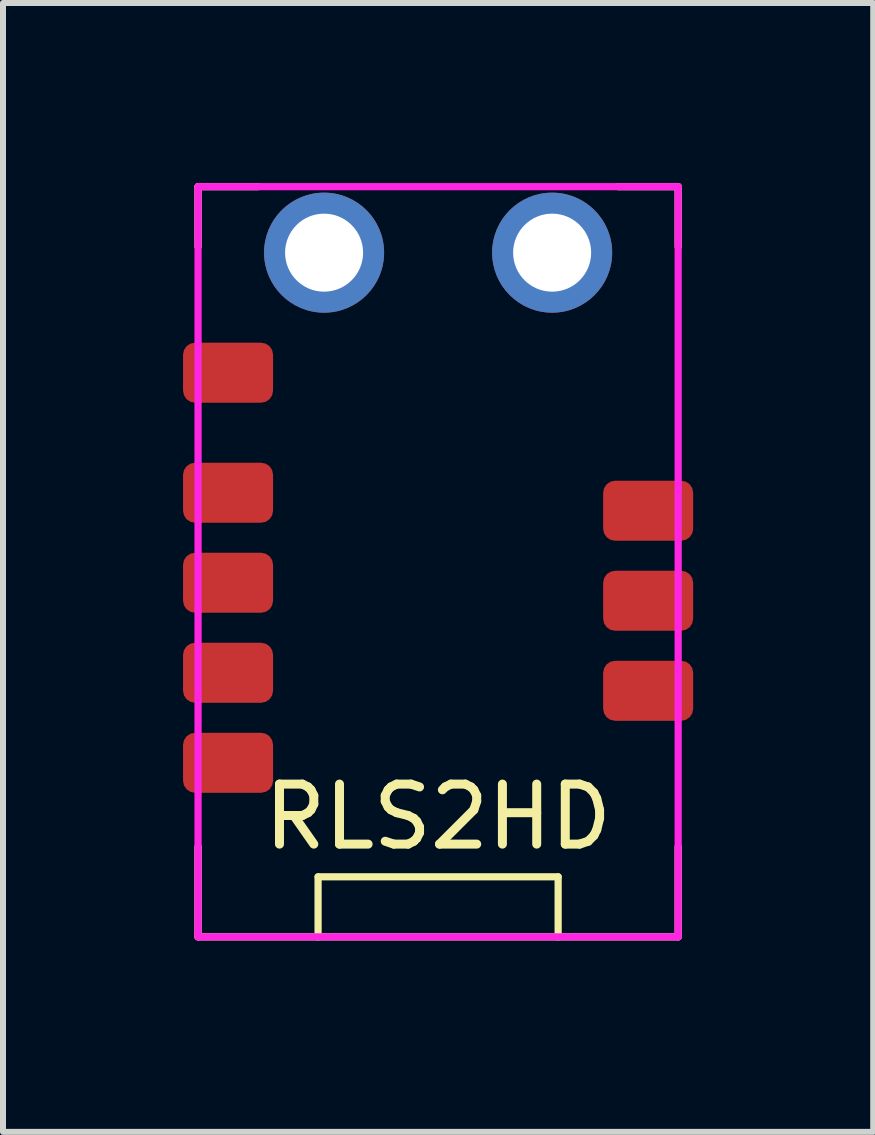
<source format=kicad_pcb>
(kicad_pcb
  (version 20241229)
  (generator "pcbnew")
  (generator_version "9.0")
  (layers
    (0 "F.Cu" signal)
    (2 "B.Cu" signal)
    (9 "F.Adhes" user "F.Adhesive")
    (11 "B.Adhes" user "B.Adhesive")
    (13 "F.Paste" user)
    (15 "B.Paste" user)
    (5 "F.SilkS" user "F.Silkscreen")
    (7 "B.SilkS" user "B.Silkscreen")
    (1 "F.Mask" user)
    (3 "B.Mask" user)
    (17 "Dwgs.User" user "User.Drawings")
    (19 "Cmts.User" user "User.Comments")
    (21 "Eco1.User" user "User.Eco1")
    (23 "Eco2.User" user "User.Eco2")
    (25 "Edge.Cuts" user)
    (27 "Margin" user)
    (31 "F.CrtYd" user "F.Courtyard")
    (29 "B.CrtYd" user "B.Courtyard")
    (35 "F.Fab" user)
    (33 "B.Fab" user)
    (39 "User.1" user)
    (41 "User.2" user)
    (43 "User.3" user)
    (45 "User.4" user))
  (footprint "RLS2HD"
    (layer "F.Cu")
    (at 4.25 12.56)
    (property "Reference" "RLS2HD" (at 0 -2 0) (layer "F.SilkS") (effects (font (size 1 1) (thickness 0.15))))
    (attr through_hole)
    (fp_line (start -4 -12.5) (end -3 -12.5) (stroke (width 0.12) (type solid)) (layer "F.SilkS"))
    (fp_line (start -4 -11.5) (end -4 -12.5) (stroke (width 0.12) (type solid)) (layer "F.SilkS"))
    (fp_line (start -4 -1.5) (end -4 0) (stroke (width 0.12) (type solid)) (layer "F.SilkS"))
    (fp_line (start -4 0) (end 4 0) (stroke (width 0.12) (type solid)) (layer "F.SilkS"))
    (fp_line (start -2 -1) (end 2 -1) (stroke (width 0.12) (type solid)) (layer "F.SilkS"))
    (fp_line (start -2 0) (end -2 -1) (stroke (width 0.12) (type solid)) (layer "F.SilkS"))
    (fp_line (start 2 -1) (end 2 0) (stroke (width 0.12) (type solid)) (layer "F.SilkS"))
    (fp_line (start 3 -12.5) (end 4 -12.5) (stroke (width 0.12) (type solid)) (layer "F.SilkS"))
    (fp_line (start 4 -12.5) (end 4 -11.5) (stroke (width 0.12) (type solid)) (layer "F.SilkS"))
    (fp_line (start 4 0) (end 4 -1.5) (stroke (width 0.12) (type solid)) (layer "F.SilkS"))
    (fp_line (start -4 -12.5) (end 4 -12.5) (stroke (width 0.12) (type solid)) (layer "F.CrtYd"))
    (fp_line (start -4 0) (end -4 -12.5) (stroke (width 0.12) (type solid)) (layer "F.CrtYd"))
    (fp_line (start 4 -12.5) (end 4 0) (stroke (width 0.12) (type solid)) (layer "F.CrtYd"))
    (fp_line (start 4 0) (end -4 0) (stroke (width 0.12) (type solid)) (layer "F.CrtYd"))
    (pad "" thru_hole circle (at -1.9 -11.4) (size 2 2) (drill 1.3) (layers "*.Cu" "*.Mask"))
    (pad "" thru_hole circle (at 1.9 -11.4) (size 2 2) (drill 1.3) (layers "*.Cu" "*.Mask"))
    (pad "1" smd roundrect (at 3.5 -4.1 180) (size 1.5 1) (layers "F.Cu" "F.Mask" "F.Paste") (roundrect_rratio 0.2))
    (pad "2" smd roundrect (at 3.5 -5.6 180) (size 1.5 1) (layers "F.Cu" "F.Mask" "F.Paste") (roundrect_rratio 0.2))
    (pad "3" smd roundrect (at 3.5 -7.1 180) (size 1.5 1) (layers "F.Cu" "F.Mask" "F.Paste") (roundrect_rratio 0.2))
    (pad "4" smd roundrect (at -3.5 -9.4 180) (size 1.5 1) (layers "F.Cu" "F.Mask" "F.Paste") (roundrect_rratio 0.2))
    (pad "5" smd roundrect (at -3.5 -7.4 180) (size 1.5 1) (layers "F.Cu" "F.Mask" "F.Paste") (roundrect_rratio 0.2))
    (pad "6" smd roundrect (at -3.5 -5.9 180) (size 1.5 1) (layers "F.Cu" "F.Mask" "F.Paste") (roundrect_rratio 0.2))
    (pad "7" smd roundrect (at -3.5 -4.4 180) (size 1.5 1) (layers "F.Cu" "F.Mask" "F.Paste") (roundrect_rratio 0.2))
    (pad "8" smd roundrect (at -3.5 -2.9 180) (size 1.5 1) (layers "F.Cu" "F.Mask" "F.Paste") (roundrect_rratio 0.2)))
  (gr_rect
    (start -3 -3)
    (end 11.5 15.81)
    (stroke (width 0.1) (type default))
    (fill no)
    (layer "Edge.Cuts")))
</source>
